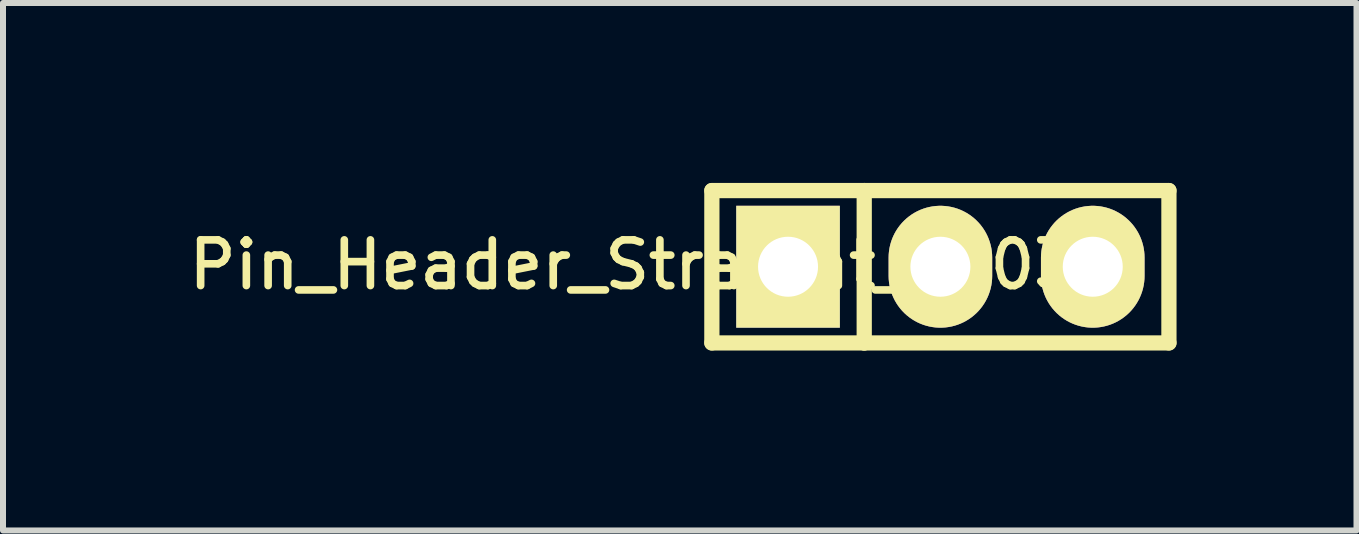
<source format=kicad_pcb>
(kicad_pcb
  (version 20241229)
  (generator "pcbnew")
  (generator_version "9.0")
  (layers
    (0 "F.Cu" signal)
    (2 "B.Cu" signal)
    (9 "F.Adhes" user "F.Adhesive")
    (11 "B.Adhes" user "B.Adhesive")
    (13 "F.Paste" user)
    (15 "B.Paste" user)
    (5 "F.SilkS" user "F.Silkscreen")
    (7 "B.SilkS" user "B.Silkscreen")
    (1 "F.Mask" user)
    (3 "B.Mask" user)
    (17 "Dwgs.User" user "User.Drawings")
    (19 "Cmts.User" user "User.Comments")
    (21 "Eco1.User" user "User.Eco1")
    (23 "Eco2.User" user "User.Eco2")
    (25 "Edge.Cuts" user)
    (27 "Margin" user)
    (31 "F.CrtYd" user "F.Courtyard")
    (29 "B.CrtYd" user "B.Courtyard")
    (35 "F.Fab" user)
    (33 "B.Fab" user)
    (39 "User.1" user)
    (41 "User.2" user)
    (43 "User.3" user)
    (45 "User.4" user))
  (footprint "Pin_Header_Straight_1x03"
    (layer "F.Cu")
    (at 12.628 1.397)
    (property "Reference" "Pin_Header_Straight_1x03" (at -5.112 -0.032 0) (layer "F.SilkS") (effects (font (size 0.762 0.762) (thickness 0.127))))
    (attr through_hole)
    (fp_line (start -3.81 -1.27) (end -3.81 1.27) (stroke (width 0.254) (type solid)) (layer "F.SilkS"))
    (fp_line (start -3.81 -1.27) (end -1.27 -1.27) (stroke (width 0.254) (type solid)) (layer "F.SilkS"))
    (fp_line (start -3.81 1.27) (end -1.27 1.27) (stroke (width 0.254) (type solid)) (layer "F.SilkS"))
    (fp_line (start -1.27 -1.27) (end -1.27 1.27) (stroke (width 0.254) (type solid)) (layer "F.SilkS"))
    (fp_line (start -1.27 1.27) (end 3.81 1.27) (stroke (width 0.254) (type solid)) (layer "F.SilkS"))
    (fp_line (start 3.81 -1.27) (end -1.27 -1.27) (stroke (width 0.254) (type solid)) (layer "F.SilkS"))
    (fp_line (start 3.81 1.27) (end 3.81 -1.27) (stroke (width 0.254) (type solid)) (layer "F.SilkS"))
    (pad "1" thru_hole rect (at -2.54 0) (size 1.727 2.032) (drill 1) (layers "*.Cu" "*.Mask" "F.SilkS"))
    (pad "2" thru_hole oval (at 0 0) (size 1.727 2.032) (drill 1) (layers "*.Cu" "*.Mask" "F.SilkS"))
    (pad "3" thru_hole oval (at 2.54 0) (size 1.727 2.032) (drill 1) (layers "*.Cu" "*.Mask" "F.SilkS")))
  (gr_rect
    (start -3 -3)
    (end 19.565 5.794)
    (stroke (width 0.1) (type default))
    (fill no)
    (layer "Edge.Cuts")))
</source>
